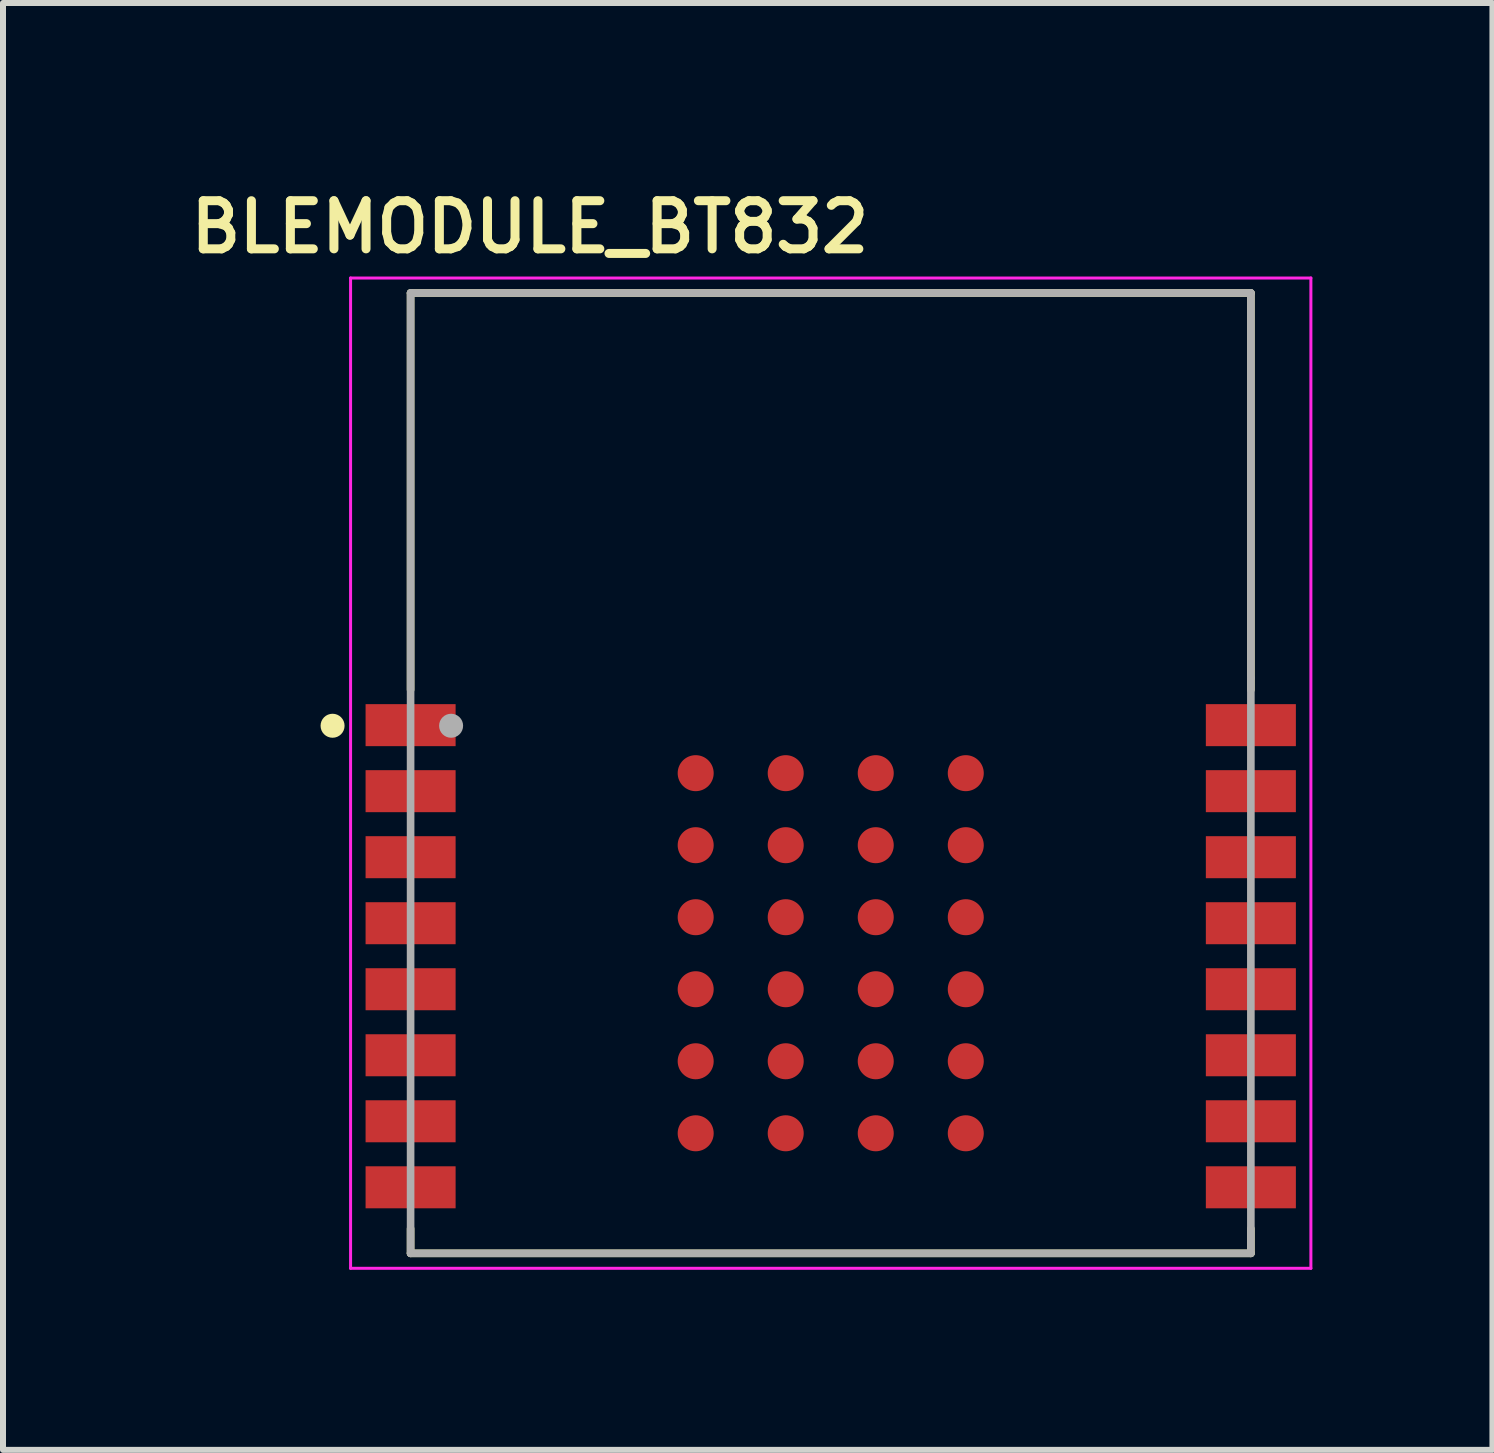
<source format=kicad_pcb>
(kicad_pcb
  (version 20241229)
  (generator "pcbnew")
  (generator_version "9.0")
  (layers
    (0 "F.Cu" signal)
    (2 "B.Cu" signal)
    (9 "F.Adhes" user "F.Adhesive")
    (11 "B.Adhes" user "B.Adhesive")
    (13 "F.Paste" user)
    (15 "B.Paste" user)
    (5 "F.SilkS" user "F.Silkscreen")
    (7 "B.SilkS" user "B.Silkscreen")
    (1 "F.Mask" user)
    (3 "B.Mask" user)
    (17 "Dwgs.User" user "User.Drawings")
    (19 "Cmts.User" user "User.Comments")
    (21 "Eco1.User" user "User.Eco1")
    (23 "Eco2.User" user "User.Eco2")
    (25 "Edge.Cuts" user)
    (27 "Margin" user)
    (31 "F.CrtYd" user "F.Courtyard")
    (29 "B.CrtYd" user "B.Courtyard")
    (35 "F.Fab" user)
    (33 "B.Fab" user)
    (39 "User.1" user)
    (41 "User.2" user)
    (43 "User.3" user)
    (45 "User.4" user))
  (footprint "BLEMODULE_BT832"
    (layer "F.Cu")
    (at 10.791 9.832)
    (property "Reference" "BLEMODULE_BT832" (at -5.012 -9.099 0) (layer "F.SilkS") (effects (font (size 0.802 0.802) (thickness 0.15))))
    (attr smd)
    (fp_line (start -7 -8) (end 7 -8) (stroke (width 0.127) (type solid)) (layer "F.SilkS"))
    (fp_line (start -7 -1.39) (end -7 -8) (stroke (width 0.127) (type solid)) (layer "F.SilkS"))
    (fp_line (start -7 7.59) (end -7 8) (stroke (width 0.127) (type solid)) (layer "F.SilkS"))
    (fp_line (start -7 8) (end 7 8) (stroke (width 0.127) (type solid)) (layer "F.SilkS"))
    (fp_line (start 7 -8) (end 7 -1.39) (stroke (width 0.127) (type solid)) (layer "F.SilkS"))
    (fp_line (start 7 8) (end 7 7.59) (stroke (width 0.127) (type solid)) (layer "F.SilkS"))
    (fp_circle (center -8.3 -0.79) (end -8.2 -0.79) (stroke (width 0.2) (type solid)) (fill no) (layer "F.SilkS"))
    (fp_line (start -8 -8.25) (end 8 -8.25) (stroke (width 0.05) (type solid)) (layer "F.CrtYd"))
    (fp_line (start -8 8.25) (end -8 -8.25) (stroke (width 0.05) (type solid)) (layer "F.CrtYd"))
    (fp_line (start 8 -8.25) (end 8 8.25) (stroke (width 0.05) (type solid)) (layer "F.CrtYd"))
    (fp_line (start 8 8.25) (end -8 8.25) (stroke (width 0.05) (type solid)) (layer "F.CrtYd"))
    (fp_line (start -7 -8) (end 7 -8) (stroke (width 0.127) (type solid)) (layer "F.Fab"))
    (fp_line (start -7 8) (end -7 -8) (stroke (width 0.127) (type solid)) (layer "F.Fab"))
    (fp_line (start 7 -8) (end 7 -1.59) (stroke (width 0.127) (type solid)) (layer "F.Fab"))
    (fp_line (start 7 -1.58) (end 7 8) (stroke (width 0.127) (type solid)) (layer "F.Fab"))
    (fp_line (start 7 8) (end -7 8) (stroke (width 0.127) (type solid)) (layer "F.Fab"))
    (fp_circle (center -6.325 -0.79) (end -6.225 -0.79) (stroke (width 0.2) (type solid)) (fill no) (layer "F.Fab"))
    (pad "1" smd rect (at -7 -0.8) (size 1.5 0.7) (layers "F.Cu" "F.Mask" "F.Paste"))
    (pad "2" smd rect (at -7 0.3) (size 1.5 0.7) (layers "F.Cu" "F.Mask" "F.Paste"))
    (pad "3" smd rect (at -7 1.4) (size 1.5 0.7) (layers "F.Cu" "F.Mask" "F.Paste"))
    (pad "4" smd rect (at -7 2.5) (size 1.5 0.7) (layers "F.Cu" "F.Mask" "F.Paste"))
    (pad "5" smd rect (at -7 3.6) (size 1.5 0.7) (layers "F.Cu" "F.Mask" "F.Paste"))
    (pad "6" smd rect (at -7 4.7) (size 1.5 0.7) (layers "F.Cu" "F.Mask" "F.Paste"))
    (pad "7" smd rect (at -7 5.8) (size 1.5 0.7) (layers "F.Cu" "F.Mask" "F.Paste"))
    (pad "8" smd rect (at -7 6.9) (size 1.5 0.7) (layers "F.Cu" "F.Mask" "F.Paste"))
    (pad "9" smd rect (at 7 6.9) (size 1.5 0.7) (layers "F.Cu" "F.Mask" "F.Paste"))
    (pad "10" smd rect (at 7 5.8) (size 1.5 0.7) (layers "F.Cu" "F.Mask" "F.Paste"))
    (pad "11" smd rect (at 7 4.7) (size 1.5 0.7) (layers "F.Cu" "F.Mask" "F.Paste"))
    (pad "12" smd rect (at 7 3.6) (size 1.5 0.7) (layers "F.Cu" "F.Mask" "F.Paste"))
    (pad "13" smd rect (at 7 2.5) (size 1.5 0.7) (layers "F.Cu" "F.Mask" "F.Paste"))
    (pad "14" smd rect (at 7 1.4) (size 1.5 0.7) (layers "F.Cu" "F.Mask" "F.Paste"))
    (pad "15" smd rect (at 7 0.3) (size 1.5 0.7) (layers "F.Cu" "F.Mask" "F.Paste"))
    (pad "16" smd rect (at 7 -0.8) (size 1.5 0.7) (layers "F.Cu" "F.Mask" "F.Paste"))
    (pad "A0" smd circle (at -2.25 0) (size 0.6 0.6) (layers "F.Cu" "F.Mask" "F.Paste"))
    (pad "A1" smd circle (at -2.25 1.2) (size 0.6 0.6) (layers "F.Cu" "F.Mask" "F.Paste"))
    (pad "A2" smd circle (at -2.25 2.4) (size 0.6 0.6) (layers "F.Cu" "F.Mask" "F.Paste"))
    (pad "A3" smd circle (at -2.25 3.6) (size 0.6 0.6) (layers "F.Cu" "F.Mask" "F.Paste"))
    (pad "A4" smd circle (at -2.25 4.8) (size 0.6 0.6) (layers "F.Cu" "F.Mask" "F.Paste"))
    (pad "A5" smd circle (at -2.25 6) (size 0.6 0.6) (layers "F.Cu" "F.Mask" "F.Paste"))
    (pad "B0" smd circle (at -0.75 0) (size 0.6 0.6) (layers "F.Cu" "F.Mask" "F.Paste"))
    (pad "B1" smd circle (at -0.75 1.2) (size 0.6 0.6) (layers "F.Cu" "F.Mask" "F.Paste"))
    (pad "B2" smd circle (at -0.75 2.4) (size 0.6 0.6) (layers "F.Cu" "F.Mask" "F.Paste"))
    (pad "B3" smd circle (at -0.75 3.6) (size 0.6 0.6) (layers "F.Cu" "F.Mask" "F.Paste"))
    (pad "B4" smd circle (at -0.75 4.8) (size 0.6 0.6) (layers "F.Cu" "F.Mask" "F.Paste"))
    (pad "B5" smd circle (at -0.75 6) (size 0.6 0.6) (layers "F.Cu" "F.Mask" "F.Paste"))
    (pad "C0" smd circle (at 0.75 0) (size 0.6 0.6) (layers "F.Cu" "F.Mask" "F.Paste"))
    (pad "C1" smd circle (at 0.75 1.2) (size 0.6 0.6) (layers "F.Cu" "F.Mask" "F.Paste"))
    (pad "C2" smd circle (at 0.75 2.4) (size 0.6 0.6) (layers "F.Cu" "F.Mask" "F.Paste"))
    (pad "C3" smd circle (at 0.75 3.6) (size 0.6 0.6) (layers "F.Cu" "F.Mask" "F.Paste"))
    (pad "C4" smd circle (at 0.75 4.8) (size 0.6 0.6) (layers "F.Cu" "F.Mask" "F.Paste"))
    (pad "C5" smd circle (at 0.75 6) (size 0.6 0.6) (layers "F.Cu" "F.Mask" "F.Paste"))
    (pad "D0" smd circle (at 2.25 0) (size 0.6 0.6) (layers "F.Cu" "F.Mask" "F.Paste"))
    (pad "D1" smd circle (at 2.25 1.2) (size 0.6 0.6) (layers "F.Cu" "F.Mask" "F.Paste"))
    (pad "D2" smd circle (at 2.25 2.4) (size 0.6 0.6) (layers "F.Cu" "F.Mask" "F.Paste"))
    (pad "D3" smd circle (at 2.25 3.6) (size 0.6 0.6) (layers "F.Cu" "F.Mask" "F.Paste"))
    (pad "D4" smd circle (at 2.25 4.8) (size 0.6 0.6) (layers "F.Cu" "F.Mask" "F.Paste"))
    (pad "D5" smd circle (at 2.25 6) (size 0.6 0.6) (layers "F.Cu" "F.Mask" "F.Paste"))
    (zone (net_name "") (layer "F.Cu") (hatch full 0.508) (connect_pads) (min_thickness 0.01) (filled_areas_thickness no) (keepout (tracks not_allowed) (vias not_allowed) (pads not_allowed) (copperpour not_allowed) (footprints allowed)) (placement (enabled no)) (fill) (polygon (pts (xy 3.778 1.832) (xy 17.791 1.832) (xy 17.791 6.826) (xy 3.778 6.826))))
    (zone (net_name "") (layers "F.Cu" "B.Cu") (hatch full 0.508) (connect_pads) (min_thickness 0.01) (filled_areas_thickness no) (keepout (tracks allowed) (vias not_allowed) (pads allowed) (copperpour allowed) (footprints allowed)) (placement (enabled no)) (fill) (polygon (pts (xy 3.789 1.832) (xy 17.791 1.832) (xy 17.791 6.831) (xy 3.789 6.831)))))
  (gr_rect
    (start -3 -3)
    (end 21.816 21.107)
    (stroke (width 0.1) (type default))
    (fill no)
    (layer "Edge.Cuts")))
</source>
